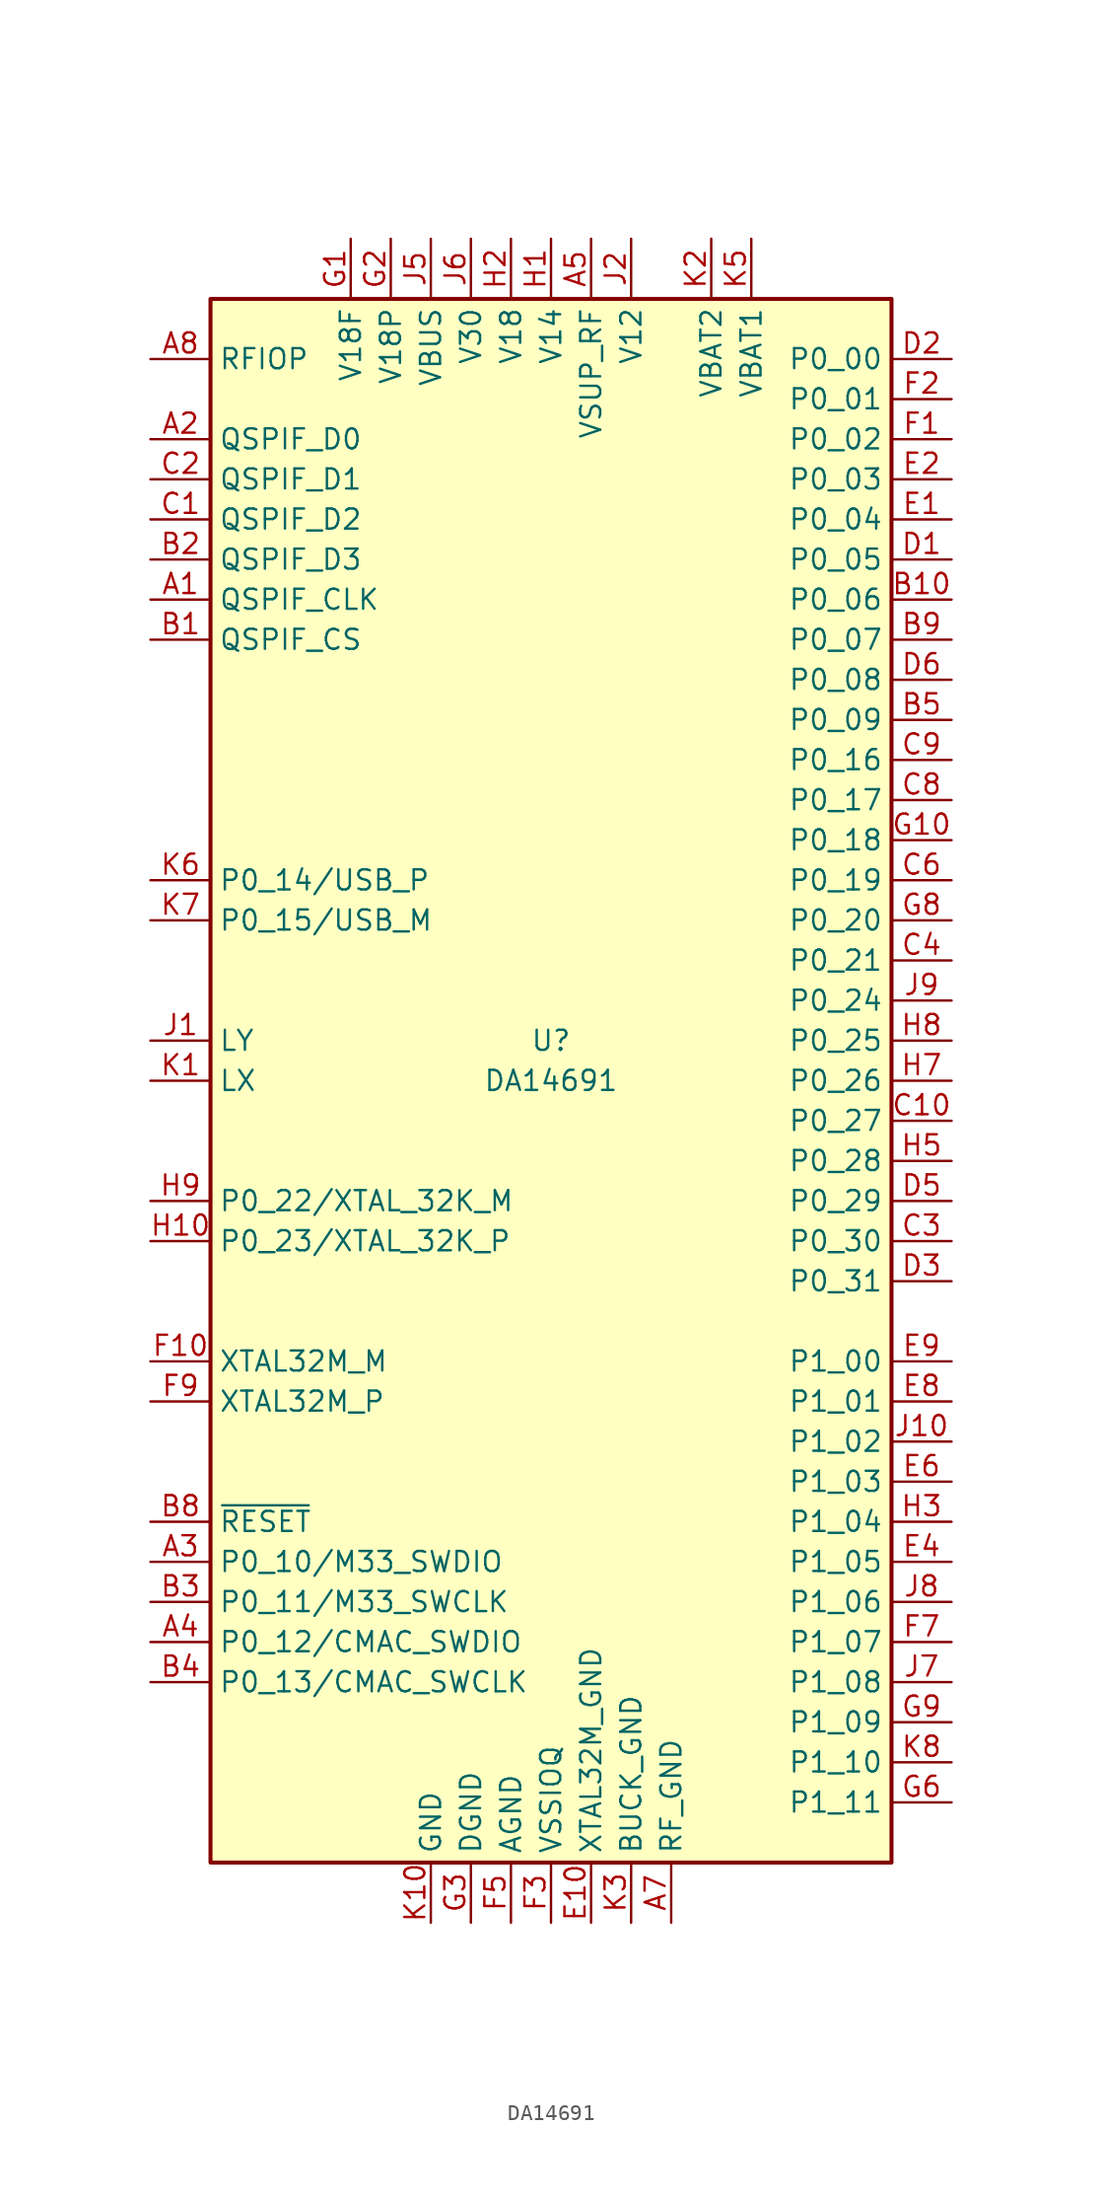
<source format=kicad_sym>
(kicad_symbol_lib
  (version 20211014)
  (generator kicad_symbol_editor)
  (symbol "DA14691"
    (property "Reference" "U"
      (at 0 2.54 0)
      (effects (font (size 1.27 1.27))))
    (property "Value" "DA14691"
      (at 0 0 0)
      (effects (font (size 1.27 1.27))))
    (symbol "DA14691_1_1"
      (rectangle (start -21.59 49.53) (end 21.59 -49.53) (stroke (width 0.254) (type default) (color 0 0 0 0)) (fill (type background)))
      (pin output line (at -25.4 30.48 0) (length 3.81) (name "QSPIF_CLK" (effects (font (size 1.27 1.27)))) (number "A1" (effects (font (size 1.27 1.27)))))
      (pin passive line (at 7.62 -53.34 90) (length 3.81) hide (name "RF_GND" (effects (font (size 1.27 1.27)))) (number "A10" (effects (font (size 1.27 1.27)))))
      (pin bidirectional line (at -25.4 40.64 0) (length 3.81) (name "QSPIF_D0" (effects (font (size 1.27 1.27)))) (number "A2" (effects (font (size 1.27 1.27)))))
      (pin bidirectional line (at -25.4 -30.48 0) (length 3.81) (name "P0_10/M33_SWDIO" (effects (font (size 1.27 1.27)))) (number "A3" (effects (font (size 1.27 1.27)))))
      (pin bidirectional line (at -25.4 -35.56 0) (length 3.81) (name "P0_12/CMAC_SWDIO" (effects (font (size 1.27 1.27)))) (number "A4" (effects (font (size 1.27 1.27)))))
      (pin power_in line (at 2.54 53.34 270) (length 3.81) (name "VSUP_RF" (effects (font (size 1.27 1.27)))) (number "A5" (effects (font (size 1.27 1.27)))))
      (pin passive line (at 7.62 -53.34 90) (length 3.81) hide (name "RF_GND" (effects (font (size 1.27 1.27)))) (number "A6" (effects (font (size 1.27 1.27)))))
      (pin power_in line (at 7.62 -53.34 90) (length 3.81) (name "RF_GND" (effects (font (size 1.27 1.27)))) (number "A7" (effects (font (size 1.27 1.27)))))
      (pin bidirectional line (at -25.4 45.72 0) (length 3.81) (name "RFIOP" (effects (font (size 1.27 1.27)))) (number "A8" (effects (font (size 1.27 1.27)))))
      (pin passive line (at 7.62 -53.34 90) (length 3.81) hide (name "RF_GND" (effects (font (size 1.27 1.27)))) (number "A9" (effects (font (size 1.27 1.27)))))
      (pin output line (at -25.4 27.94 0) (length 3.81) (name "QSPIF_CS" (effects (font (size 1.27 1.27)))) (number "B1" (effects (font (size 1.27 1.27)))))
      (pin bidirectional line (at 25.4 30.48 180) (length 3.81) (name "P0_06" (effects (font (size 1.27 1.27)))) (number "B10" (effects (font (size 1.27 1.27)))))
      (pin bidirectional line (at -25.4 33.02 0) (length 3.81) (name "QSPIF_D3" (effects (font (size 1.27 1.27)))) (number "B2" (effects (font (size 1.27 1.27)))))
      (pin bidirectional line (at -25.4 -33.02 0) (length 3.81) (name "P0_11/M33_SWCLK" (effects (font (size 1.27 1.27)))) (number "B3" (effects (font (size 1.27 1.27)))))
      (pin bidirectional line (at -25.4 -38.1 0) (length 3.81) (name "P0_13/CMAC_SWCLK" (effects (font (size 1.27 1.27)))) (number "B4" (effects (font (size 1.27 1.27)))))
      (pin bidirectional line (at 25.4 22.86 180) (length 3.81) (name "P0_09" (effects (font (size 1.27 1.27)))) (number "B5" (effects (font (size 1.27 1.27)))))
      (pin passive line (at 7.62 -53.34 90) (length 3.81) hide (name "RF_GND" (effects (font (size 1.27 1.27)))) (number "B7" (effects (font (size 1.27 1.27)))))
      (pin input line (at -25.4 -27.94 0) (length 3.81) (name "~{RESET}" (effects (font (size 1.27 1.27)))) (number "B8" (effects (font (size 1.27 1.27)))))
      (pin bidirectional line (at 25.4 27.94 180) (length 3.81) (name "P0_07" (effects (font (size 1.27 1.27)))) (number "B9" (effects (font (size 1.27 1.27)))))
      (pin bidirectional line (at -25.4 35.56 0) (length 3.81) (name "QSPIF_D2" (effects (font (size 1.27 1.27)))) (number "C1" (effects (font (size 1.27 1.27)))))
      (pin bidirectional line (at 25.4 -2.54 180) (length 3.81) (name "P0_27" (effects (font (size 1.27 1.27)))) (number "C10" (effects (font (size 1.27 1.27)))))
      (pin bidirectional line (at -25.4 38.1 0) (length 3.81) (name "QSPIF_D1" (effects (font (size 1.27 1.27)))) (number "C2" (effects (font (size 1.27 1.27)))))
      (pin bidirectional line (at 25.4 -10.16 180) (length 3.81) (name "P0_30" (effects (font (size 1.27 1.27)))) (number "C3" (effects (font (size 1.27 1.27)))))
      (pin bidirectional line (at 25.4 7.62 180) (length 3.81) (name "P0_21" (effects (font (size 1.27 1.27)))) (number "C4" (effects (font (size 1.27 1.27)))))
      (pin bidirectional line (at 25.4 12.7 180) (length 3.81) (name "P0_19" (effects (font (size 1.27 1.27)))) (number "C6" (effects (font (size 1.27 1.27)))))
      (pin bidirectional line (at 25.4 17.78 180) (length 3.81) (name "P0_17" (effects (font (size 1.27 1.27)))) (number "C8" (effects (font (size 1.27 1.27)))))
      (pin bidirectional line (at 25.4 20.32 180) (length 3.81) (name "P0_16" (effects (font (size 1.27 1.27)))) (number "C9" (effects (font (size 1.27 1.27)))))
      (pin bidirectional line (at 25.4 33.02 180) (length 3.81) (name "P0_05" (effects (font (size 1.27 1.27)))) (number "D1" (effects (font (size 1.27 1.27)))))
      (pin passive line (at 7.62 -53.34 90) (length 3.81) hide (name "RF_GND" (effects (font (size 1.27 1.27)))) (number "D10" (effects (font (size 1.27 1.27)))))
      (pin bidirectional line (at 25.4 45.72 180) (length 3.81) (name "P0_00" (effects (font (size 1.27 1.27)))) (number "D2" (effects (font (size 1.27 1.27)))))
      (pin bidirectional line (at 25.4 -12.7 180) (length 3.81) (name "P0_31" (effects (font (size 1.27 1.27)))) (number "D3" (effects (font (size 1.27 1.27)))))
      (pin bidirectional line (at 25.4 -7.62 180) (length 3.81) (name "P0_29" (effects (font (size 1.27 1.27)))) (number "D5" (effects (font (size 1.27 1.27)))))
      (pin bidirectional line (at 25.4 25.4 180) (length 3.81) (name "P0_08" (effects (font (size 1.27 1.27)))) (number "D6" (effects (font (size 1.27 1.27)))))
      (pin passive line (at 7.62 -53.34 90) (length 3.81) hide (name "RF_GND" (effects (font (size 1.27 1.27)))) (number "D9" (effects (font (size 1.27 1.27)))))
      (pin bidirectional line (at 25.4 35.56 180) (length 3.81) (name "P0_04" (effects (font (size 1.27 1.27)))) (number "E1" (effects (font (size 1.27 1.27)))))
      (pin passive line (at 2.54 -53.34 90) (length 3.81) (name "XTAL32M_GND" (effects (font (size 1.27 1.27)))) (number "E10" (effects (font (size 1.27 1.27)))))
      (pin bidirectional line (at 25.4 38.1 180) (length 3.81) (name "P0_03" (effects (font (size 1.27 1.27)))) (number "E2" (effects (font (size 1.27 1.27)))))
      (pin bidirectional line (at 25.4 -30.48 180) (length 3.81) (name "P1_05" (effects (font (size 1.27 1.27)))) (number "E4" (effects (font (size 1.27 1.27)))))
      (pin bidirectional line (at 25.4 -25.4 180) (length 3.81) (name "P1_03" (effects (font (size 1.27 1.27)))) (number "E6" (effects (font (size 1.27 1.27)))))
      (pin bidirectional line (at 25.4 -20.32 180) (length 3.81) (name "P1_01" (effects (font (size 1.27 1.27)))) (number "E8" (effects (font (size 1.27 1.27)))))
      (pin bidirectional line (at 25.4 -17.78 180) (length 3.81) (name "P1_00" (effects (font (size 1.27 1.27)))) (number "E9" (effects (font (size 1.27 1.27)))))
      (pin bidirectional line (at 25.4 40.64 180) (length 3.81) (name "P0_02" (effects (font (size 1.27 1.27)))) (number "F1" (effects (font (size 1.27 1.27)))))
      (pin output line (at -25.4 -17.78 0) (length 3.81) (name "XTAL32M_M" (effects (font (size 1.27 1.27)))) (number "F10" (effects (font (size 1.27 1.27)))))
      (pin bidirectional line (at 25.4 43.18 180) (length 3.81) (name "P0_01" (effects (font (size 1.27 1.27)))) (number "F2" (effects (font (size 1.27 1.27)))))
      (pin power_in line (at 0 -53.34 90) (length 3.81) (name "VSSIOQ" (effects (font (size 1.27 1.27)))) (number "F3" (effects (font (size 1.27 1.27)))))
      (pin passive line (at -5.08 -53.34 90) (length 3.81) hide (name "DGND" (effects (font (size 1.27 1.27)))) (number "F4" (effects (font (size 1.27 1.27)))))
      (pin power_in line (at -2.54 -53.34 90) (length 3.81) (name "AGND" (effects (font (size 1.27 1.27)))) (number "F5" (effects (font (size 1.27 1.27)))))
      (pin bidirectional line (at 25.4 -35.56 180) (length 3.81) (name "P1_07" (effects (font (size 1.27 1.27)))) (number "F7" (effects (font (size 1.27 1.27)))))
      (pin input line (at -25.4 -20.32 0) (length 3.81) (name "XTAL32M_P" (effects (font (size 1.27 1.27)))) (number "F9" (effects (font (size 1.27 1.27)))))
      (pin power_out line (at -12.7 53.34 270) (length 3.81) (name "V18F" (effects (font (size 1.27 1.27)))) (number "G1" (effects (font (size 1.27 1.27)))))
      (pin bidirectional line (at 25.4 15.24 180) (length 3.81) (name "P0_18" (effects (font (size 1.27 1.27)))) (number "G10" (effects (font (size 1.27 1.27)))))
      (pin power_out line (at -10.16 53.34 270) (length 3.81) (name "V18P" (effects (font (size 1.27 1.27)))) (number "G2" (effects (font (size 1.27 1.27)))))
      (pin power_in line (at -5.08 -53.34 90) (length 3.81) (name "DGND" (effects (font (size 1.27 1.27)))) (number "G3" (effects (font (size 1.27 1.27)))))
      (pin passive line (at -5.08 -53.34 90) (length 3.81) hide (name "DGND" (effects (font (size 1.27 1.27)))) (number "G4" (effects (font (size 1.27 1.27)))))
      (pin passive line (at -2.54 -53.34 90) (length 3.81) hide (name "AGND" (effects (font (size 1.27 1.27)))) (number "G5" (effects (font (size 1.27 1.27)))))
      (pin bidirectional line (at 25.4 -45.72 180) (length 3.81) (name "P1_11" (effects (font (size 1.27 1.27)))) (number "G6" (effects (font (size 1.27 1.27)))))
      (pin bidirectional line (at 25.4 10.16 180) (length 3.81) (name "P0_20" (effects (font (size 1.27 1.27)))) (number "G8" (effects (font (size 1.27 1.27)))))
      (pin bidirectional line (at 25.4 -40.64 180) (length 3.81) (name "P1_09" (effects (font (size 1.27 1.27)))) (number "G9" (effects (font (size 1.27 1.27)))))
      (pin power_out line (at 0 53.34 270) (length 3.81) (name "V14" (effects (font (size 1.27 1.27)))) (number "H1" (effects (font (size 1.27 1.27)))))
      (pin bidirectional line (at -25.4 -10.16 0) (length 3.81) (name "P0_23/XTAL_32K_P" (effects (font (size 1.27 1.27)))) (number "H10" (effects (font (size 1.27 1.27)))))
      (pin power_out line (at -2.54 53.34 270) (length 3.81) (name "V18" (effects (font (size 1.27 1.27)))) (number "H2" (effects (font (size 1.27 1.27)))))
      (pin bidirectional line (at 25.4 -27.94 180) (length 3.81) (name "P1_04" (effects (font (size 1.27 1.27)))) (number "H3" (effects (font (size 1.27 1.27)))))
      (pin bidirectional line (at 25.4 -5.08 180) (length 3.81) (name "P0_28" (effects (font (size 1.27 1.27)))) (number "H5" (effects (font (size 1.27 1.27)))))
      (pin bidirectional line (at 25.4 0 180) (length 3.81) (name "P0_26" (effects (font (size 1.27 1.27)))) (number "H7" (effects (font (size 1.27 1.27)))))
      (pin bidirectional line (at 25.4 2.54 180) (length 3.81) (name "P0_25" (effects (font (size 1.27 1.27)))) (number "H8" (effects (font (size 1.27 1.27)))))
      (pin bidirectional line (at -25.4 -7.62 0) (length 3.81) (name "P0_22/XTAL_32K_M" (effects (font (size 1.27 1.27)))) (number "H9" (effects (font (size 1.27 1.27)))))
      (pin passive line (at -25.4 2.54 0) (length 3.81) (name "LY" (effects (font (size 1.27 1.27)))) (number "J1" (effects (font (size 1.27 1.27)))))
      (pin bidirectional line (at 25.4 -22.86 180) (length 3.81) (name "P1_02" (effects (font (size 1.27 1.27)))) (number "J10" (effects (font (size 1.27 1.27)))))
      (pin power_out line (at 5.08 53.34 270) (length 3.81) (name "V12" (effects (font (size 1.27 1.27)))) (number "J2" (effects (font (size 1.27 1.27)))))
      (pin passive line (at -7.62 -53.34 90) (length 3.81) hide (name "GND" (effects (font (size 1.27 1.27)))) (number "J3" (effects (font (size 1.27 1.27)))))
      (pin no_connect line (at -20.32 -45.72 0) (length 3.81) hide (name "NC" (effects (font (size 1.27 1.27)))) (number "J4" (effects (font (size 1.27 1.27)))))
      (pin power_in line (at -7.62 53.34 270) (length 3.81) (name "VBUS" (effects (font (size 1.27 1.27)))) (number "J5" (effects (font (size 1.27 1.27)))))
      (pin power_out line (at -5.08 53.34 270) (length 3.81) (name "V30" (effects (font (size 1.27 1.27)))) (number "J6" (effects (font (size 1.27 1.27)))))
      (pin bidirectional line (at 25.4 -38.1 180) (length 3.81) (name "P1_08" (effects (font (size 1.27 1.27)))) (number "J7" (effects (font (size 1.27 1.27)))))
      (pin bidirectional line (at 25.4 -33.02 180) (length 3.81) (name "P1_06" (effects (font (size 1.27 1.27)))) (number "J8" (effects (font (size 1.27 1.27)))))
      (pin bidirectional line (at 25.4 5.08 180) (length 3.81) (name "P0_24" (effects (font (size 1.27 1.27)))) (number "J9" (effects (font (size 1.27 1.27)))))
      (pin passive line (at -25.4 0 0) (length 3.81) (name "LX" (effects (font (size 1.27 1.27)))) (number "K1" (effects (font (size 1.27 1.27)))))
      (pin power_in line (at -7.62 -53.34 90) (length 3.81) (name "GND" (effects (font (size 1.27 1.27)))) (number "K10" (effects (font (size 1.27 1.27)))))
      (pin power_out line (at 10.16 53.34 270) (length 3.81) (name "VBAT2" (effects (font (size 1.27 1.27)))) (number "K2" (effects (font (size 1.27 1.27)))))
      (pin power_in line (at 5.08 -53.34 90) (length 3.81) (name "BUCK_GND" (effects (font (size 1.27 1.27)))) (number "K3" (effects (font (size 1.27 1.27)))))
      (pin no_connect line (at -20.32 -48.26 0) (length 3.81) hide (name "NC" (effects (font (size 1.27 1.27)))) (number "K4" (effects (font (size 1.27 1.27)))))
      (pin power_out line (at 12.7 53.34 270) (length 3.81) (name "VBAT1" (effects (font (size 1.27 1.27)))) (number "K5" (effects (font (size 1.27 1.27)))))
      (pin bidirectional line (at -25.4 12.7 0) (length 3.81) (name "P0_14/USB_P" (effects (font (size 1.27 1.27)))) (number "K6" (effects (font (size 1.27 1.27)))))
      (pin bidirectional line (at -25.4 10.16 0) (length 3.81) (name "P0_15/USB_M" (effects (font (size 1.27 1.27)))) (number "K7" (effects (font (size 1.27 1.27)))))
      (pin bidirectional line (at 25.4 -43.18 180) (length 3.81) (name "P1_10" (effects (font (size 1.27 1.27)))) (number "K8" (effects (font (size 1.27 1.27)))))
      (pin passive line (at -7.62 -53.34 90) (length 3.81) hide (name "GND" (effects (font (size 1.27 1.27)))) (number "K9" (effects (font (size 1.27 1.27))))))))
</source>
